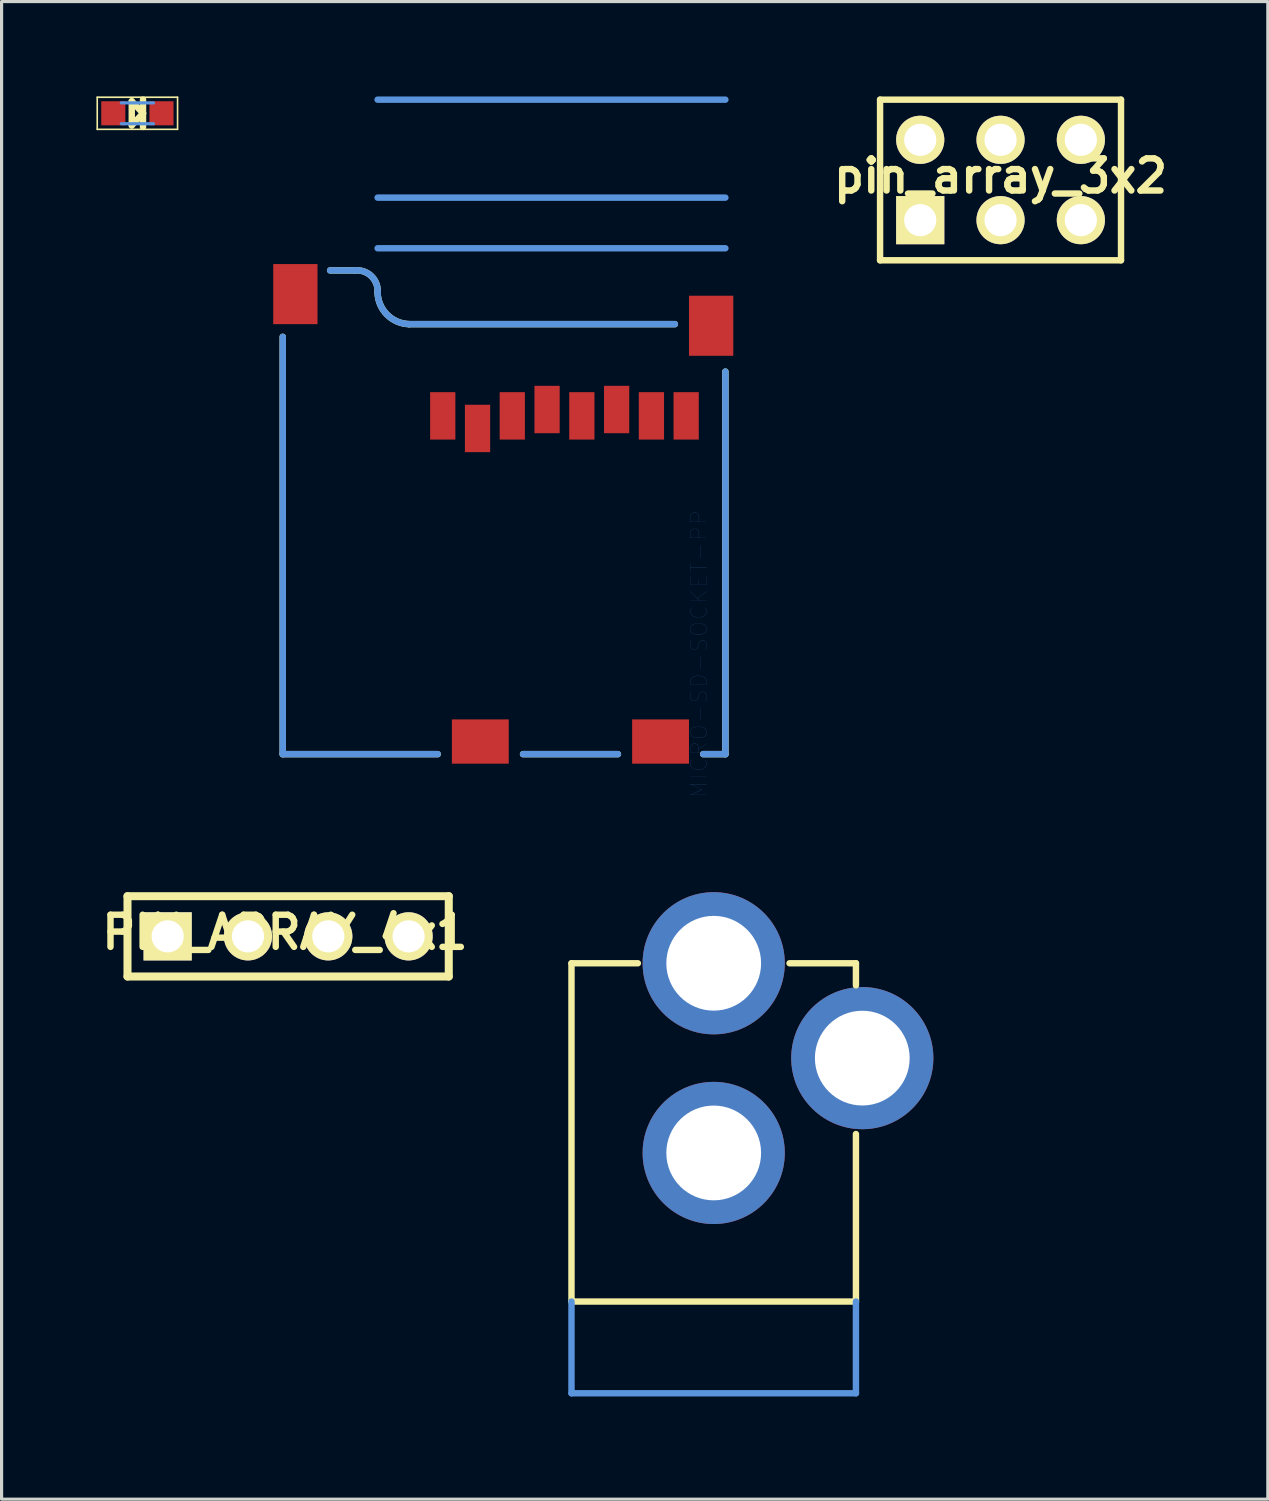
<source format=kicad_pcb>
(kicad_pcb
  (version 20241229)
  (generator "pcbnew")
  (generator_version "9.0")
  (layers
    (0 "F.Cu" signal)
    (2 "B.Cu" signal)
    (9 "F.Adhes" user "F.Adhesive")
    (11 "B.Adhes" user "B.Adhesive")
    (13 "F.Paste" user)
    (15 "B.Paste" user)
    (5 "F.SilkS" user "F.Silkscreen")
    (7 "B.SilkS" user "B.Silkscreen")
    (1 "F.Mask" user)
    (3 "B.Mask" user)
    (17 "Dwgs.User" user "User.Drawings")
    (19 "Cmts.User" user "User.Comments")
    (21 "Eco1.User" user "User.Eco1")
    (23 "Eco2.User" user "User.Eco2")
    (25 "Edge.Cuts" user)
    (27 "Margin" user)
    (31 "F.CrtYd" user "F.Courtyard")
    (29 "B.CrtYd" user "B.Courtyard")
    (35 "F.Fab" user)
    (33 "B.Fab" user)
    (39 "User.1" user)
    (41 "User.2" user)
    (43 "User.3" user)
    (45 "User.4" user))
  (footprint "MICRO-SD-SOCKET-PP"
    (layer "F.Cu")
    (at 19.89 20.8)
    (property "Reference" "MICRO-SD-SOCKET-PP" (at -0.832 -3.16 270) (layer "Cmts.User") (effects (font (size 0.508 0.508) (thickness 0.003))))
    (attr through_hole)
    (fp_line (start -13.998 0) (end -13.998 -13.198) (stroke (width 0.203) (type solid)) (layer "F.SilkS"))
    (fp_line (start -13.998 0) (end -9.098 0) (stroke (width 0.203) (type solid)) (layer "F.SilkS"))
    (fp_line (start -11.699 -15.298) (end -12.499 -15.298) (stroke (width 0.203) (type solid)) (layer "F.SilkS"))
    (fp_line (start -10 -13.599) (end -1.598 -13.599) (stroke (width 0.203) (type solid)) (layer "F.SilkS"))
    (fp_line (start -3.399 0) (end -6.398 0) (stroke (width 0.203) (type solid)) (layer "F.SilkS"))
    (fp_line (start 0 -12.098) (end 0 0) (stroke (width 0.203) (type solid)) (layer "F.SilkS"))
    (fp_line (start 0 0) (end -0.699 0) (stroke (width 0.203) (type solid)) (layer "F.SilkS"))
    (fp_arc (start -11.69924 -15.29842) (mid -11.188194 -15.110312) (end -10.997998 -14.60004) (stroke (width 0.2032) (type solid)) (layer "F.SilkS"))
    (fp_arc (start -10.001751 -13.599265) (mid -10.700092 -13.900317) (end -10.9982 -14.59992) (stroke (width 0.2032) (type solid)) (layer "F.SilkS"))
    (fp_line (start -13.998 0) (end -13.998 -13.198) (stroke (width 0.203) (type solid)) (layer "Cmts.User"))
    (fp_line (start -13.998 0) (end -9.098 0) (stroke (width 0.203) (type solid)) (layer "Cmts.User"))
    (fp_line (start -11.699 -15.298) (end -12.499 -15.298) (stroke (width 0.203) (type solid)) (layer "Cmts.User"))
    (fp_line (start -10.998 -15.999) (end 0 -15.999) (stroke (width 0.203) (type solid)) (layer "Cmts.User"))
    (fp_line (start -10 -13.599) (end -1.598 -13.599) (stroke (width 0.203) (type solid)) (layer "Cmts.User"))
    (fp_line (start -3.399 0) (end -6.398 0) (stroke (width 0.203) (type solid)) (layer "Cmts.User"))
    (fp_line (start 0 -20.698) (end -10.998 -20.698) (stroke (width 0.203) (type solid)) (layer "Cmts.User"))
    (fp_line (start 0 -17.6) (end -10.998 -17.6) (stroke (width 0.203) (type solid)) (layer "Cmts.User"))
    (fp_line (start 0 -12.098) (end 0 0) (stroke (width 0.203) (type solid)) (layer "Cmts.User"))
    (fp_line (start 0 0) (end -0.699 0) (stroke (width 0.203) (type solid)) (layer "Cmts.User"))
    (fp_arc (start -11.69924 -15.29842) (mid -11.188194 -15.110312) (end -10.997998 -14.60004) (stroke (width 0.2032) (type solid)) (layer "Cmts.User"))
    (fp_arc (start -10.001751 -13.599265) (mid -10.700092 -13.900317) (end -10.9982 -14.59992) (stroke (width 0.2032) (type solid)) (layer "Cmts.User"))
    (pad "1" smd rect (at -8.938 -10.698) (size 0.798 1.499) (layers "F.Cu" "F.Mask" "F.Paste"))
    (pad "2" smd rect (at -7.838 -10.3) (size 0.798 1.499) (layers "F.Cu" "F.Mask" "F.Paste"))
    (pad "3" smd rect (at -6.739 -10.698) (size 0.798 1.499) (layers "F.Cu" "F.Mask" "F.Paste"))
    (pad "4" smd rect (at -5.639 -10.899) (size 0.798 1.499) (layers "F.Cu" "F.Mask" "F.Paste"))
    (pad "5" smd rect (at -4.539 -10.698) (size 0.798 1.499) (layers "F.Cu" "F.Mask" "F.Paste"))
    (pad "6" smd rect (at -3.439 -10.899) (size 0.798 1.499) (layers "F.Cu" "F.Mask" "F.Paste"))
    (pad "7" smd rect (at -2.339 -10.698) (size 0.798 1.499) (layers "F.Cu" "F.Mask" "F.Paste"))
    (pad "8" smd rect (at -1.24 -10.698) (size 0.798 1.499) (layers "F.Cu" "F.Mask" "F.Paste"))
    (pad "CD1" smd rect (at -2.05 -0.399) (size 1.798 1.4) (layers "F.Cu" "F.Mask" "F.Paste"))
    (pad "CD2" smd rect (at -7.75 -0.399) (size 1.798 1.4) (layers "F.Cu" "F.Mask" "F.Paste"))
    (pad "GND1" smd rect (at -0.45 -13.548) (size 1.4 1.9) (layers "F.Cu" "F.Mask" "F.Paste"))
    (pad "GND2" smd rect (at -13.599 -14.549) (size 1.4 1.9) (layers "F.Cu" "F.Mask" "F.Paste")))
  (footprint "POWER_JACK_PTH"
    (layer "F.Cu")
    (at 19.521 41.111)
    (property "Reference" "POWER_JACK_PTH" (at -1.016 -4.318 0) (layer "Eco1.User") (effects (font (size 0.406 0.406) (thickness 0.03))))
    (attr through_hole)
    (fp_line (start -4.498 -13.698) (end -2.398 -13.698) (stroke (width 0.203) (type solid)) (layer "F.SilkS"))
    (fp_line (start -4.498 -3) (end -4.498 -13.698) (stroke (width 0.203) (type solid)) (layer "F.SilkS"))
    (fp_line (start -4.498 -3) (end 4.498 -3) (stroke (width 0.203) (type solid)) (layer "F.SilkS"))
    (fp_line (start 4.498 -13.698) (end 2.398 -13.698) (stroke (width 0.203) (type solid)) (layer "F.SilkS"))
    (fp_line (start 4.498 -13.698) (end 4.498 -13) (stroke (width 0.203) (type solid)) (layer "F.SilkS"))
    (fp_line (start 4.498 -3) (end 4.498 -8.298) (stroke (width 0.203) (type solid)) (layer "F.SilkS"))
    (fp_line (start -4.498 -3) (end -4.498 -0.099) (stroke (width 0.203) (type solid)) (layer "Cmts.User"))
    (fp_line (start 4.498 -0.099) (end -4.498 -0.099) (stroke (width 0.203) (type solid)) (layer "Cmts.User"))
    (fp_line (start 4.498 -0.099) (end 4.498 -3) (stroke (width 0.203) (type solid)) (layer "Cmts.User"))
    (pad "1" thru_hole oval (at 0 -7.699) (size 4.496 4.496) (drill 2.997) (layers "*.Cu" "*.Mask"))
    (pad "2" thru_hole oval (at 0 -13.698) (size 4.496 4.496) (drill 2.997) (layers "*.Cu" "*.Mask"))
    (pad "3" thru_hole oval (at 4.699 -10.698 90) (size 4.496 4.496) (drill 2.997) (layers "*.Cu" "*.Mask")))
  (footprint "PIN_ARRAY_4x1"
    (layer "F.Cu")
    (at 6.062 26.562)
    (property "Reference" "PIN_ARRAY_4x1" (at -0.102 -0.127 0) (layer "F.SilkS") (effects (font (size 1.016 1.016) (thickness 0.203))))
    (attr through_hole)
    (fp_line (start -5.08 -1.27) (end -5.08 1.27) (stroke (width 0.254) (type solid)) (layer "F.SilkS"))
    (fp_line (start 5.08 -1.27) (end -5.08 -1.27) (stroke (width 0.254) (type solid)) (layer "F.SilkS"))
    (fp_line (start 5.08 1.27) (end -5.08 1.27) (stroke (width 0.254) (type solid)) (layer "F.SilkS"))
    (fp_line (start 5.08 1.27) (end 5.08 -1.27) (stroke (width 0.254) (type solid)) (layer "F.SilkS"))
    (pad "1" thru_hole rect (at -3.81 0) (size 1.524 1.524) (drill 1.016) (layers "*.Cu" "*.Mask" "F.SilkS"))
    (pad "2" thru_hole circle (at -1.27 0) (size 1.524 1.524) (drill 1.016) (layers "*.Cu" "*.Mask" "F.SilkS"))
    (pad "3" thru_hole circle (at 1.27 0) (size 1.524 1.524) (drill 1.016) (layers "*.Cu" "*.Mask" "F.SilkS"))
    (pad "4" thru_hole circle (at 3.81 0) (size 1.524 1.524) (drill 1.016) (layers "*.Cu" "*.Mask" "F.SilkS")))
  (footprint "pin_array_3x2"
    (layer "F.Cu")
    (at 28.592 2.642)
    (property "Reference" "pin_array_3x2" (at 0 -0.127 0) (layer "F.SilkS") (effects (font (size 1.016 1.016) (thickness 0.203))))
    (attr through_hole)
    (fp_line (start -3.81 -2.54) (end 3.81 -2.54) (stroke (width 0.203) (type solid)) (layer "F.SilkS"))
    (fp_line (start -3.81 2.54) (end -3.81 -2.54) (stroke (width 0.203) (type solid)) (layer "F.SilkS"))
    (fp_line (start 3.81 -2.54) (end 3.81 2.54) (stroke (width 0.203) (type solid)) (layer "F.SilkS"))
    (fp_line (start 3.81 2.54) (end -3.81 2.54) (stroke (width 0.203) (type solid)) (layer "F.SilkS"))
    (pad "1" thru_hole rect (at -2.54 1.27) (size 1.524 1.524) (drill 1.016) (layers "*.Cu" "*.Mask" "F.SilkS"))
    (pad "2" thru_hole circle (at -2.54 -1.27) (size 1.524 1.524) (drill 1.016) (layers "*.Cu" "*.Mask" "F.SilkS"))
    (pad "3" thru_hole circle (at 0 1.27) (size 1.524 1.524) (drill 1.016) (layers "*.Cu" "*.Mask" "F.SilkS"))
    (pad "4" thru_hole circle (at 0 -1.27) (size 1.524 1.524) (drill 1.016) (layers "*.Cu" "*.Mask" "F.SilkS"))
    (pad "5" thru_hole circle (at 2.54 1.27) (size 1.524 1.524) (drill 1.016) (layers "*.Cu" "*.Mask" "F.SilkS"))
    (pad "6" thru_hole circle (at 2.54 -1.27) (size 1.524 1.524) (drill 1.016) (layers "*.Cu" "*.Mask" "F.SilkS")))
  (footprint "LED-0603"
    (layer "F.Cu")
    (at 1.295 0.533)
    (property "Reference" "LED-0603" (at 0 -0.35 0) (layer "Eco1.User") (effects (font (size 0.2 0.2) (thickness 0.03))))
    (attr through_hole)
    (fp_line (start -1.27 -0.508) (end 1.27 -0.508) (stroke (width 0.051) (type solid)) (layer "F.SilkS"))
    (fp_line (start -1.27 0.508) (end -1.27 -0.508) (stroke (width 0.051) (type solid)) (layer "F.SilkS"))
    (fp_line (start -0.178 -0.381) (end -0.178 0.381) (stroke (width 0.203) (type solid)) (layer "F.SilkS"))
    (fp_line (start 0.178 -0.432) (end 0.178 0) (stroke (width 0.203) (type solid)) (layer "F.SilkS"))
    (fp_line (start 0.178 0) (end -0.178 -0.381) (stroke (width 0.203) (type solid)) (layer "F.SilkS"))
    (fp_line (start 0.178 0) (end -0.178 0.381) (stroke (width 0.203) (type solid)) (layer "F.SilkS"))
    (fp_line (start 0.178 0.432) (end 0.178 0) (stroke (width 0.203) (type solid)) (layer "F.SilkS"))
    (fp_line (start 1.27 -0.508) (end 1.27 0.508) (stroke (width 0.051) (type solid)) (layer "F.SilkS"))
    (fp_line (start 1.27 0.508) (end -1.27 0.508) (stroke (width 0.051) (type solid)) (layer "F.SilkS"))
    (fp_line (start -0.508 -0.33) (end 0.508 -0.33) (stroke (width 0.102) (type solid)) (layer "Cmts.User"))
    (fp_line (start -0.508 0.33) (end 0.508 0.33) (stroke (width 0.102) (type solid)) (layer "Cmts.User"))
    (pad "A" smd rect (at -0.762 0) (size 0.762 0.762) (layers "F.Cu" "F.Mask" "F.Paste"))
    (pad "K" smd rect (at 0.762 0) (size 0.762 0.762) (layers "F.Cu" "F.Mask" "F.Paste")))
  (gr_rect
    (start -3 -3)
    (end 37.045 44.361)
    (stroke (width 0.1) (type default))
    (fill no)
    (layer "Edge.Cuts")))
</source>
